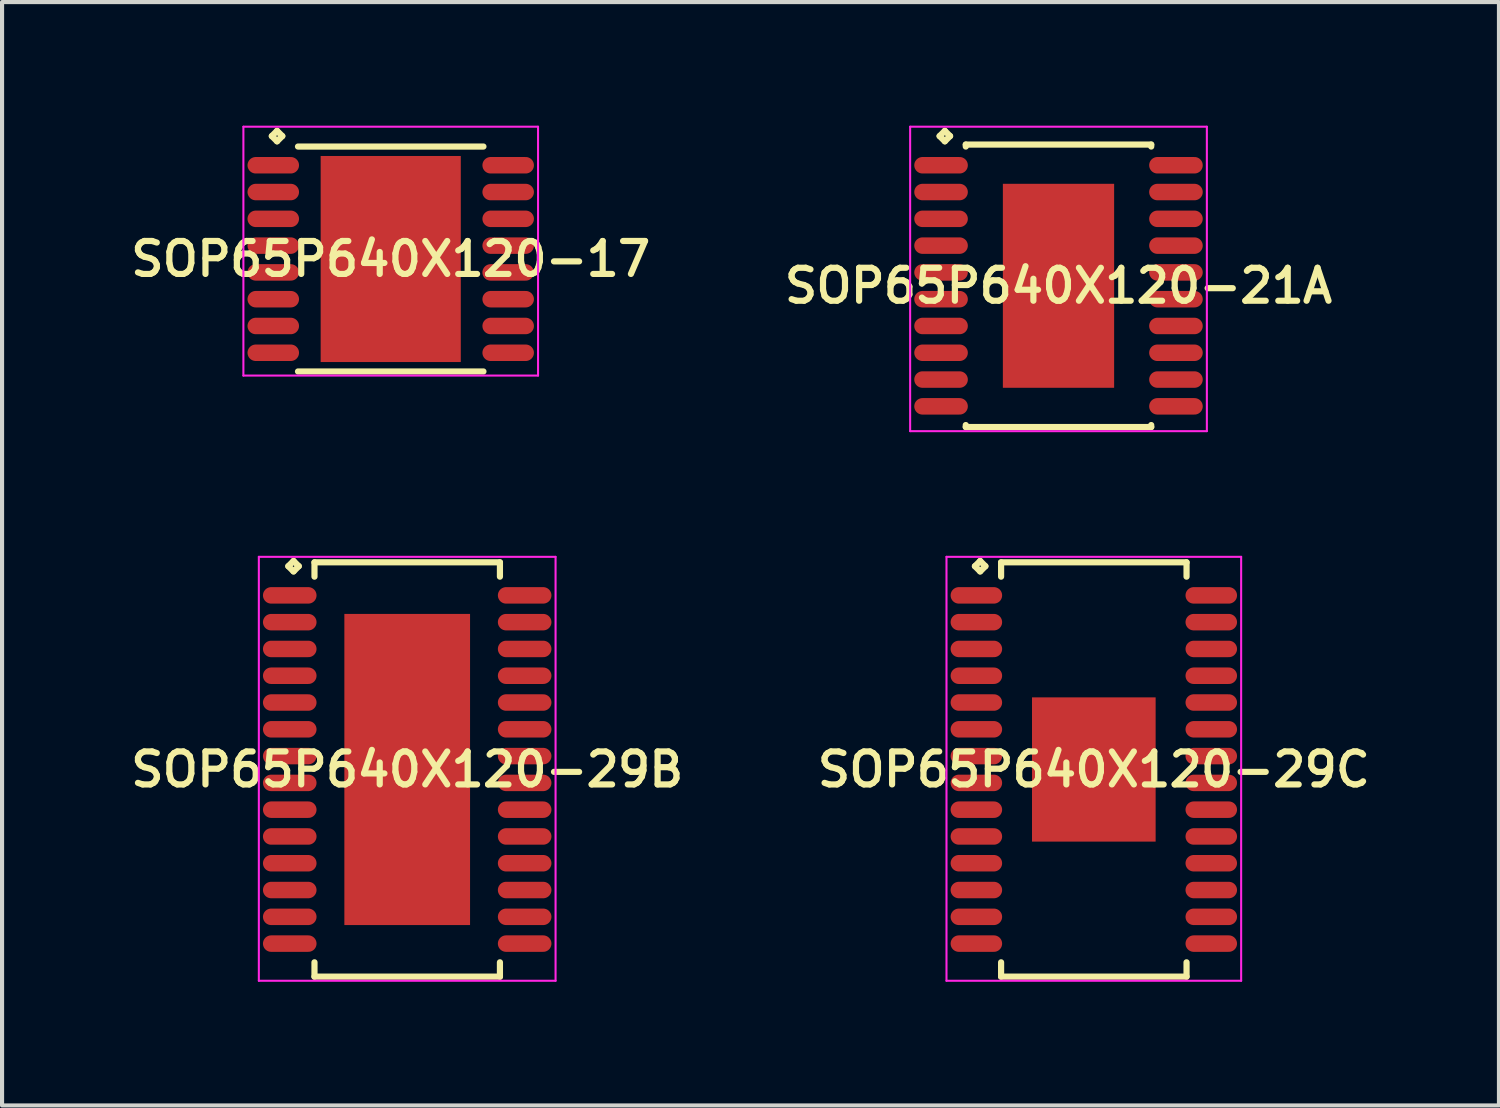
<source format=kicad_pcb>
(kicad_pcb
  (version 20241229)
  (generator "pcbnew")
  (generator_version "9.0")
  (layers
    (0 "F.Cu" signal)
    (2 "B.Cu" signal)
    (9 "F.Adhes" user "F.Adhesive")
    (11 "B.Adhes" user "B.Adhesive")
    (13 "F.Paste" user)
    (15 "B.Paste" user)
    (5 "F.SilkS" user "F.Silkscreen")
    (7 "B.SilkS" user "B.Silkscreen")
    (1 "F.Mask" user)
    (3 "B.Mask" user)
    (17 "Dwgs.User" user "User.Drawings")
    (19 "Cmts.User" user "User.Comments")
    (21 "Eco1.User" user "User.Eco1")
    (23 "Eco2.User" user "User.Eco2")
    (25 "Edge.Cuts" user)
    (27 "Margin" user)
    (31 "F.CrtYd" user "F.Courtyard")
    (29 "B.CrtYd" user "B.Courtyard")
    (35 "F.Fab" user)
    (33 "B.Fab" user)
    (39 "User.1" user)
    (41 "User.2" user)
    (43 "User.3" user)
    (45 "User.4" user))
  (footprint "SOP65P640X120-21A"
    (layer "F.Cu")
    (at 22.635 3.885)
    (property "Reference" "SOP65P640X120-21A" (at 0 0 0) (layer "F.SilkS") (effects (font (size 0.8 0.8) (thickness 0.15))))
    (attr smd)
    (fp_line (start -2.885 -3.633) (end -2.758 -3.76) (stroke (width 0.15) (type solid)) (layer "F.SilkS"))
    (fp_line (start -2.758 -3.76) (end -2.631 -3.633) (stroke (width 0.15) (type solid)) (layer "F.SilkS"))
    (fp_line (start -2.758 -3.506) (end -2.885 -3.633) (stroke (width 0.15) (type solid)) (layer "F.SilkS"))
    (fp_line (start -2.631 -3.633) (end -2.758 -3.506) (stroke (width 0.15) (type solid)) (layer "F.SilkS"))
    (fp_line (start -2.25 -3.427) (end 2.25 -3.427) (stroke (width 0.15) (type solid)) (layer "F.SilkS"))
    (fp_line (start -2.25 -3.379) (end -2.25 -3.427) (stroke (width 0.15) (type solid)) (layer "F.SilkS"))
    (fp_line (start -2.25 3.379) (end -2.25 3.427) (stroke (width 0.15) (type solid)) (layer "F.SilkS"))
    (fp_line (start -2.25 3.427) (end 2.25 3.427) (stroke (width 0.15) (type solid)) (layer "F.SilkS"))
    (fp_line (start 2.25 -3.427) (end 2.25 -3.379) (stroke (width 0.15) (type solid)) (layer "F.SilkS"))
    (fp_line (start 2.25 3.427) (end 2.25 3.379) (stroke (width 0.15) (type solid)) (layer "F.SilkS"))
    (fp_line (start -3.6 -3.86) (end 3.6 -3.86) (stroke (width 0.05) (type solid)) (layer "F.CrtYd"))
    (fp_line (start -3.6 3.527) (end -3.6 -3.86) (stroke (width 0.05) (type solid)) (layer "F.CrtYd"))
    (fp_line (start 3.6 -3.86) (end 3.6 3.527) (stroke (width 0.05) (type solid)) (layer "F.CrtYd"))
    (fp_line (start 3.6 3.527) (end -3.6 3.527) (stroke (width 0.05) (type solid)) (layer "F.CrtYd"))
    (pad "1" smd oval (at -2.85 -2.925) (size 1.3 0.4) (layers "F.Cu" "F.Mask" "F.Paste"))
    (pad "2" smd oval (at -2.85 -2.275) (size 1.3 0.4) (layers "F.Cu" "F.Mask" "F.Paste"))
    (pad "3" smd oval (at -2.85 -1.625) (size 1.3 0.4) (layers "F.Cu" "F.Mask" "F.Paste"))
    (pad "4" smd oval (at -2.85 -0.975) (size 1.3 0.4) (layers "F.Cu" "F.Mask" "F.Paste"))
    (pad "5" smd oval (at -2.85 -0.325) (size 1.3 0.4) (layers "F.Cu" "F.Mask" "F.Paste"))
    (pad "6" smd oval (at -2.85 0.325) (size 1.3 0.4) (layers "F.Cu" "F.Mask" "F.Paste"))
    (pad "7" smd oval (at -2.85 0.975) (size 1.3 0.4) (layers "F.Cu" "F.Mask" "F.Paste"))
    (pad "8" smd oval (at -2.85 1.625) (size 1.3 0.4) (layers "F.Cu" "F.Mask" "F.Paste"))
    (pad "9" smd oval (at -2.85 2.275) (size 1.3 0.4) (layers "F.Cu" "F.Mask" "F.Paste"))
    (pad "10" smd oval (at -2.85 2.925) (size 1.3 0.4) (layers "F.Cu" "F.Mask" "F.Paste"))
    (pad "11" smd oval (at 2.85 2.925) (size 1.3 0.4) (layers "F.Cu" "F.Mask" "F.Paste"))
    (pad "12" smd oval (at 2.85 2.275) (size 1.3 0.4) (layers "F.Cu" "F.Mask" "F.Paste"))
    (pad "13" smd oval (at 2.85 1.625) (size 1.3 0.4) (layers "F.Cu" "F.Mask" "F.Paste"))
    (pad "14" smd oval (at 2.85 0.975) (size 1.3 0.4) (layers "F.Cu" "F.Mask" "F.Paste"))
    (pad "15" smd oval (at 2.85 0.325) (size 1.3 0.4) (layers "F.Cu" "F.Mask" "F.Paste"))
    (pad "16" smd oval (at 2.85 -0.325) (size 1.3 0.4) (layers "F.Cu" "F.Mask" "F.Paste"))
    (pad "17" smd oval (at 2.85 -0.975) (size 1.3 0.4) (layers "F.Cu" "F.Mask" "F.Paste"))
    (pad "18" smd oval (at 2.85 -1.625) (size 1.3 0.4) (layers "F.Cu" "F.Mask" "F.Paste"))
    (pad "19" smd oval (at 2.85 -2.275) (size 1.3 0.4) (layers "F.Cu" "F.Mask" "F.Paste"))
    (pad "20" smd oval (at 2.85 -2.925) (size 1.3 0.4) (layers "F.Cu" "F.Mask" "F.Paste"))
    (pad "21" smd rect (at 0 0) (size 2.7 4.95) (layers "F.Cu" "F.Mask" "F.Paste")))
  (footprint "SOP65P640X120-29B"
    (layer "F.Cu")
    (at 6.831 15.622)
    (property "Reference" "SOP65P640X120-29B" (at 0 0 0) (layer "F.SilkS") (effects (font (size 0.8 0.8) (thickness 0.15))))
    (attr smd)
    (fp_line (start -2.885 -4.933) (end -2.758 -5.06) (stroke (width 0.15) (type solid)) (layer "F.SilkS"))
    (fp_line (start -2.758 -5.06) (end -2.631 -4.933) (stroke (width 0.15) (type solid)) (layer "F.SilkS"))
    (fp_line (start -2.758 -4.806) (end -2.885 -4.933) (stroke (width 0.15) (type solid)) (layer "F.SilkS"))
    (fp_line (start -2.631 -4.933) (end -2.758 -4.806) (stroke (width 0.15) (type solid)) (layer "F.SilkS"))
    (fp_line (start -2.25 -5.027) (end 2.25 -5.027) (stroke (width 0.15) (type solid)) (layer "F.SilkS"))
    (fp_line (start -2.25 -4.679) (end -2.25 -5.027) (stroke (width 0.15) (type solid)) (layer "F.SilkS"))
    (fp_line (start -2.25 4.679) (end -2.25 5.027) (stroke (width 0.15) (type solid)) (layer "F.SilkS"))
    (fp_line (start -2.25 5.027) (end 2.25 5.027) (stroke (width 0.15) (type solid)) (layer "F.SilkS"))
    (fp_line (start 2.25 -5.027) (end 2.25 -4.679) (stroke (width 0.15) (type solid)) (layer "F.SilkS"))
    (fp_line (start 2.25 5.027) (end 2.25 4.679) (stroke (width 0.15) (type solid)) (layer "F.SilkS"))
    (fp_line (start -3.6 -5.16) (end 3.6 -5.16) (stroke (width 0.05) (type solid)) (layer "F.CrtYd"))
    (fp_line (start -3.6 5.127) (end -3.6 -5.16) (stroke (width 0.05) (type solid)) (layer "F.CrtYd"))
    (fp_line (start 3.6 -5.16) (end 3.6 5.127) (stroke (width 0.05) (type solid)) (layer "F.CrtYd"))
    (fp_line (start 3.6 5.127) (end -3.6 5.127) (stroke (width 0.05) (type solid)) (layer "F.CrtYd"))
    (pad "1" smd oval (at -2.85 -4.225) (size 1.3 0.4) (layers "F.Cu" "F.Mask" "F.Paste"))
    (pad "2" smd oval (at -2.85 -3.575) (size 1.3 0.4) (layers "F.Cu" "F.Mask" "F.Paste"))
    (pad "3" smd oval (at -2.85 -2.925) (size 1.3 0.4) (layers "F.Cu" "F.Mask" "F.Paste"))
    (pad "4" smd oval (at -2.85 -2.275) (size 1.3 0.4) (layers "F.Cu" "F.Mask" "F.Paste"))
    (pad "5" smd oval (at -2.85 -1.625) (size 1.3 0.4) (layers "F.Cu" "F.Mask" "F.Paste"))
    (pad "6" smd oval (at -2.85 -0.975) (size 1.3 0.4) (layers "F.Cu" "F.Mask" "F.Paste"))
    (pad "7" smd oval (at -2.85 -0.325) (size 1.3 0.4) (layers "F.Cu" "F.Mask" "F.Paste"))
    (pad "8" smd oval (at -2.85 0.325) (size 1.3 0.4) (layers "F.Cu" "F.Mask" "F.Paste"))
    (pad "9" smd oval (at -2.85 0.975) (size 1.3 0.4) (layers "F.Cu" "F.Mask" "F.Paste"))
    (pad "10" smd oval (at -2.85 1.625) (size 1.3 0.4) (layers "F.Cu" "F.Mask" "F.Paste"))
    (pad "11" smd oval (at -2.85 2.275) (size 1.3 0.4) (layers "F.Cu" "F.Mask" "F.Paste"))
    (pad "12" smd oval (at -2.85 2.925) (size 1.3 0.4) (layers "F.Cu" "F.Mask" "F.Paste"))
    (pad "13" smd oval (at -2.85 3.575) (size 1.3 0.4) (layers "F.Cu" "F.Mask" "F.Paste"))
    (pad "14" smd oval (at -2.85 4.225) (size 1.3 0.4) (layers "F.Cu" "F.Mask" "F.Paste"))
    (pad "15" smd oval (at 2.85 4.225) (size 1.3 0.4) (layers "F.Cu" "F.Mask" "F.Paste"))
    (pad "16" smd oval (at 2.85 3.575) (size 1.3 0.4) (layers "F.Cu" "F.Mask" "F.Paste"))
    (pad "17" smd oval (at 2.85 2.925) (size 1.3 0.4) (layers "F.Cu" "F.Mask" "F.Paste"))
    (pad "18" smd oval (at 2.85 2.275) (size 1.3 0.4) (layers "F.Cu" "F.Mask" "F.Paste"))
    (pad "19" smd oval (at 2.85 1.625) (size 1.3 0.4) (layers "F.Cu" "F.Mask" "F.Paste"))
    (pad "20" smd oval (at 2.85 0.975) (size 1.3 0.4) (layers "F.Cu" "F.Mask" "F.Paste"))
    (pad "21" smd oval (at 2.85 0.325) (size 1.3 0.4) (layers "F.Cu" "F.Mask" "F.Paste"))
    (pad "22" smd oval (at 2.85 -0.325) (size 1.3 0.4) (layers "F.Cu" "F.Mask" "F.Paste"))
    (pad "23" smd oval (at 2.85 -0.975) (size 1.3 0.4) (layers "F.Cu" "F.Mask" "F.Paste"))
    (pad "24" smd oval (at 2.85 -1.625) (size 1.3 0.4) (layers "F.Cu" "F.Mask" "F.Paste"))
    (pad "25" smd oval (at 2.85 -2.275) (size 1.3 0.4) (layers "F.Cu" "F.Mask" "F.Paste"))
    (pad "26" smd oval (at 2.85 -2.925) (size 1.3 0.4) (layers "F.Cu" "F.Mask" "F.Paste"))
    (pad "27" smd oval (at 2.85 -3.575) (size 1.3 0.4) (layers "F.Cu" "F.Mask" "F.Paste"))
    (pad "28" smd oval (at 2.85 -4.225) (size 1.3 0.4) (layers "F.Cu" "F.Mask" "F.Paste"))
    (pad "29" smd rect (at 0 0) (size 3.05 7.55) (layers "F.Cu" "F.Mask" "F.Paste")))
  (footprint "SOP65P640X120-17"
    (layer "F.Cu")
    (at 6.431 3.235)
    (property "Reference" "SOP65P640X120-17" (at 0 0 0) (layer "F.SilkS") (effects (font (size 0.8 0.8) (thickness 0.15))))
    (attr smd)
    (fp_line (start -2.885 -2.983) (end -2.758 -3.11) (stroke (width 0.15) (type solid)) (layer "F.SilkS"))
    (fp_line (start -2.758 -3.11) (end -2.631 -2.983) (stroke (width 0.15) (type solid)) (layer "F.SilkS"))
    (fp_line (start -2.758 -2.856) (end -2.885 -2.983) (stroke (width 0.15) (type solid)) (layer "F.SilkS"))
    (fp_line (start -2.631 -2.983) (end -2.758 -2.856) (stroke (width 0.15) (type solid)) (layer "F.SilkS"))
    (fp_line (start -2.25 -2.729) (end 2.25 -2.729) (stroke (width 0.15) (type solid)) (layer "F.SilkS"))
    (fp_line (start -2.25 2.729) (end 2.25 2.729) (stroke (width 0.15) (type solid)) (layer "F.SilkS"))
    (fp_line (start -3.575 -3.21) (end 3.575 -3.21) (stroke (width 0.05) (type solid)) (layer "F.CrtYd"))
    (fp_line (start -3.575 2.829) (end -3.575 -3.21) (stroke (width 0.05) (type solid)) (layer "F.CrtYd"))
    (fp_line (start 3.575 -3.21) (end 3.575 2.829) (stroke (width 0.05) (type solid)) (layer "F.CrtYd"))
    (fp_line (start 3.575 2.829) (end -3.575 2.829) (stroke (width 0.05) (type solid)) (layer "F.CrtYd"))
    (pad "1" smd oval (at -2.85 -2.275) (size 1.25 0.4) (layers "F.Cu" "F.Mask" "F.Paste"))
    (pad "2" smd oval (at -2.85 -1.625) (size 1.25 0.4) (layers "F.Cu" "F.Mask" "F.Paste"))
    (pad "3" smd oval (at -2.85 -0.975) (size 1.25 0.4) (layers "F.Cu" "F.Mask" "F.Paste"))
    (pad "4" smd oval (at -2.85 -0.325) (size 1.25 0.4) (layers "F.Cu" "F.Mask" "F.Paste"))
    (pad "5" smd oval (at -2.85 0.325) (size 1.25 0.4) (layers "F.Cu" "F.Mask" "F.Paste"))
    (pad "6" smd oval (at -2.85 0.975) (size 1.25 0.4) (layers "F.Cu" "F.Mask" "F.Paste"))
    (pad "7" smd oval (at -2.85 1.625) (size 1.25 0.4) (layers "F.Cu" "F.Mask" "F.Paste"))
    (pad "8" smd oval (at -2.85 2.275) (size 1.25 0.4) (layers "F.Cu" "F.Mask" "F.Paste"))
    (pad "9" smd oval (at 2.85 2.275) (size 1.25 0.4) (layers "F.Cu" "F.Mask" "F.Paste"))
    (pad "10" smd oval (at 2.85 1.625) (size 1.25 0.4) (layers "F.Cu" "F.Mask" "F.Paste"))
    (pad "11" smd oval (at 2.85 0.975) (size 1.25 0.4) (layers "F.Cu" "F.Mask" "F.Paste"))
    (pad "12" smd oval (at 2.85 0.325) (size 1.25 0.4) (layers "F.Cu" "F.Mask" "F.Paste"))
    (pad "13" smd oval (at 2.85 -0.325) (size 1.25 0.4) (layers "F.Cu" "F.Mask" "F.Paste"))
    (pad "14" smd oval (at 2.85 -0.975) (size 1.25 0.4) (layers "F.Cu" "F.Mask" "F.Paste"))
    (pad "15" smd oval (at 2.85 -1.625) (size 1.25 0.4) (layers "F.Cu" "F.Mask" "F.Paste"))
    (pad "16" smd oval (at 2.85 -2.275) (size 1.25 0.4) (layers "F.Cu" "F.Mask" "F.Paste"))
    (pad "17" smd rect (at 0 0) (size 3.4 5) (layers "F.Cu" "F.Mask" "F.Paste")))
  (footprint "SOP65P640X120-29C"
    (layer "F.Cu")
    (at 23.492 15.622)
    (property "Reference" "SOP65P640X120-29C" (at 0 0 0) (layer "F.SilkS") (effects (font (size 0.8 0.8) (thickness 0.15))))
    (attr smd)
    (fp_line (start -2.885 -4.933) (end -2.758 -5.06) (stroke (width 0.15) (type solid)) (layer "F.SilkS"))
    (fp_line (start -2.758 -5.06) (end -2.631 -4.933) (stroke (width 0.15) (type solid)) (layer "F.SilkS"))
    (fp_line (start -2.758 -4.806) (end -2.885 -4.933) (stroke (width 0.15) (type solid)) (layer "F.SilkS"))
    (fp_line (start -2.631 -4.933) (end -2.758 -4.806) (stroke (width 0.15) (type solid)) (layer "F.SilkS"))
    (fp_line (start -2.25 -5.027) (end 2.25 -5.027) (stroke (width 0.15) (type solid)) (layer "F.SilkS"))
    (fp_line (start -2.25 -4.679) (end -2.25 -5.027) (stroke (width 0.15) (type solid)) (layer "F.SilkS"))
    (fp_line (start -2.25 4.679) (end -2.25 5.027) (stroke (width 0.15) (type solid)) (layer "F.SilkS"))
    (fp_line (start -2.25 5.027) (end 2.25 5.027) (stroke (width 0.15) (type solid)) (layer "F.SilkS"))
    (fp_line (start 2.25 -5.027) (end 2.25 -4.679) (stroke (width 0.15) (type solid)) (layer "F.SilkS"))
    (fp_line (start 2.25 5.027) (end 2.25 4.679) (stroke (width 0.15) (type solid)) (layer "F.SilkS"))
    (fp_line (start -3.575 -5.16) (end 3.575 -5.16) (stroke (width 0.05) (type solid)) (layer "F.CrtYd"))
    (fp_line (start -3.575 5.127) (end -3.575 -5.16) (stroke (width 0.05) (type solid)) (layer "F.CrtYd"))
    (fp_line (start 3.575 -5.16) (end 3.575 5.127) (stroke (width 0.05) (type solid)) (layer "F.CrtYd"))
    (fp_line (start 3.575 5.127) (end -3.575 5.127) (stroke (width 0.05) (type solid)) (layer "F.CrtYd"))
    (pad "1" smd oval (at -2.85 -4.225) (size 1.25 0.4) (layers "F.Cu" "F.Mask" "F.Paste"))
    (pad "2" smd oval (at -2.85 -3.575) (size 1.25 0.4) (layers "F.Cu" "F.Mask" "F.Paste"))
    (pad "3" smd oval (at -2.85 -2.925) (size 1.25 0.4) (layers "F.Cu" "F.Mask" "F.Paste"))
    (pad "4" smd oval (at -2.85 -2.275) (size 1.25 0.4) (layers "F.Cu" "F.Mask" "F.Paste"))
    (pad "5" smd oval (at -2.85 -1.625) (size 1.25 0.4) (layers "F.Cu" "F.Mask" "F.Paste"))
    (pad "6" smd oval (at -2.85 -0.975) (size 1.25 0.4) (layers "F.Cu" "F.Mask" "F.Paste"))
    (pad "7" smd oval (at -2.85 -0.325) (size 1.25 0.4) (layers "F.Cu" "F.Mask" "F.Paste"))
    (pad "8" smd oval (at -2.85 0.325) (size 1.25 0.4) (layers "F.Cu" "F.Mask" "F.Paste"))
    (pad "9" smd oval (at -2.85 0.975) (size 1.25 0.4) (layers "F.Cu" "F.Mask" "F.Paste"))
    (pad "10" smd oval (at -2.85 1.625) (size 1.25 0.4) (layers "F.Cu" "F.Mask" "F.Paste"))
    (pad "11" smd oval (at -2.85 2.275) (size 1.25 0.4) (layers "F.Cu" "F.Mask" "F.Paste"))
    (pad "12" smd oval (at -2.85 2.925) (size 1.25 0.4) (layers "F.Cu" "F.Mask" "F.Paste"))
    (pad "13" smd oval (at -2.85 3.575) (size 1.25 0.4) (layers "F.Cu" "F.Mask" "F.Paste"))
    (pad "14" smd oval (at -2.85 4.225) (size 1.25 0.4) (layers "F.Cu" "F.Mask" "F.Paste"))
    (pad "15" smd oval (at 2.85 4.225) (size 1.25 0.4) (layers "F.Cu" "F.Mask" "F.Paste"))
    (pad "16" smd oval (at 2.85 3.575) (size 1.25 0.4) (layers "F.Cu" "F.Mask" "F.Paste"))
    (pad "17" smd oval (at 2.85 2.925) (size 1.25 0.4) (layers "F.Cu" "F.Mask" "F.Paste"))
    (pad "18" smd oval (at 2.85 2.275) (size 1.25 0.4) (layers "F.Cu" "F.Mask" "F.Paste"))
    (pad "19" smd oval (at 2.85 1.625) (size 1.25 0.4) (layers "F.Cu" "F.Mask" "F.Paste"))
    (pad "20" smd oval (at 2.85 0.975) (size 1.25 0.4) (layers "F.Cu" "F.Mask" "F.Paste"))
    (pad "21" smd oval (at 2.85 0.325) (size 1.25 0.4) (layers "F.Cu" "F.Mask" "F.Paste"))
    (pad "22" smd oval (at 2.85 -0.325) (size 1.25 0.4) (layers "F.Cu" "F.Mask" "F.Paste"))
    (pad "23" smd oval (at 2.85 -0.975) (size 1.25 0.4) (layers "F.Cu" "F.Mask" "F.Paste"))
    (pad "24" smd oval (at 2.85 -1.625) (size 1.25 0.4) (layers "F.Cu" "F.Mask" "F.Paste"))
    (pad "25" smd oval (at 2.85 -2.275) (size 1.25 0.4) (layers "F.Cu" "F.Mask" "F.Paste"))
    (pad "26" smd oval (at 2.85 -2.925) (size 1.25 0.4) (layers "F.Cu" "F.Mask" "F.Paste"))
    (pad "27" smd oval (at 2.85 -3.575) (size 1.25 0.4) (layers "F.Cu" "F.Mask" "F.Paste"))
    (pad "28" smd oval (at 2.85 -4.225) (size 1.25 0.4) (layers "F.Cu" "F.Mask" "F.Paste"))
    (pad "29" smd rect (at 0 0) (size 3 3.5) (layers "F.Cu" "F.Mask" "F.Paste")))
  (gr_rect
    (start -3 -3)
    (end 33.323 23.774)
    (stroke (width 0.1) (type default))
    (fill no)
    (layer "Edge.Cuts")))
</source>
